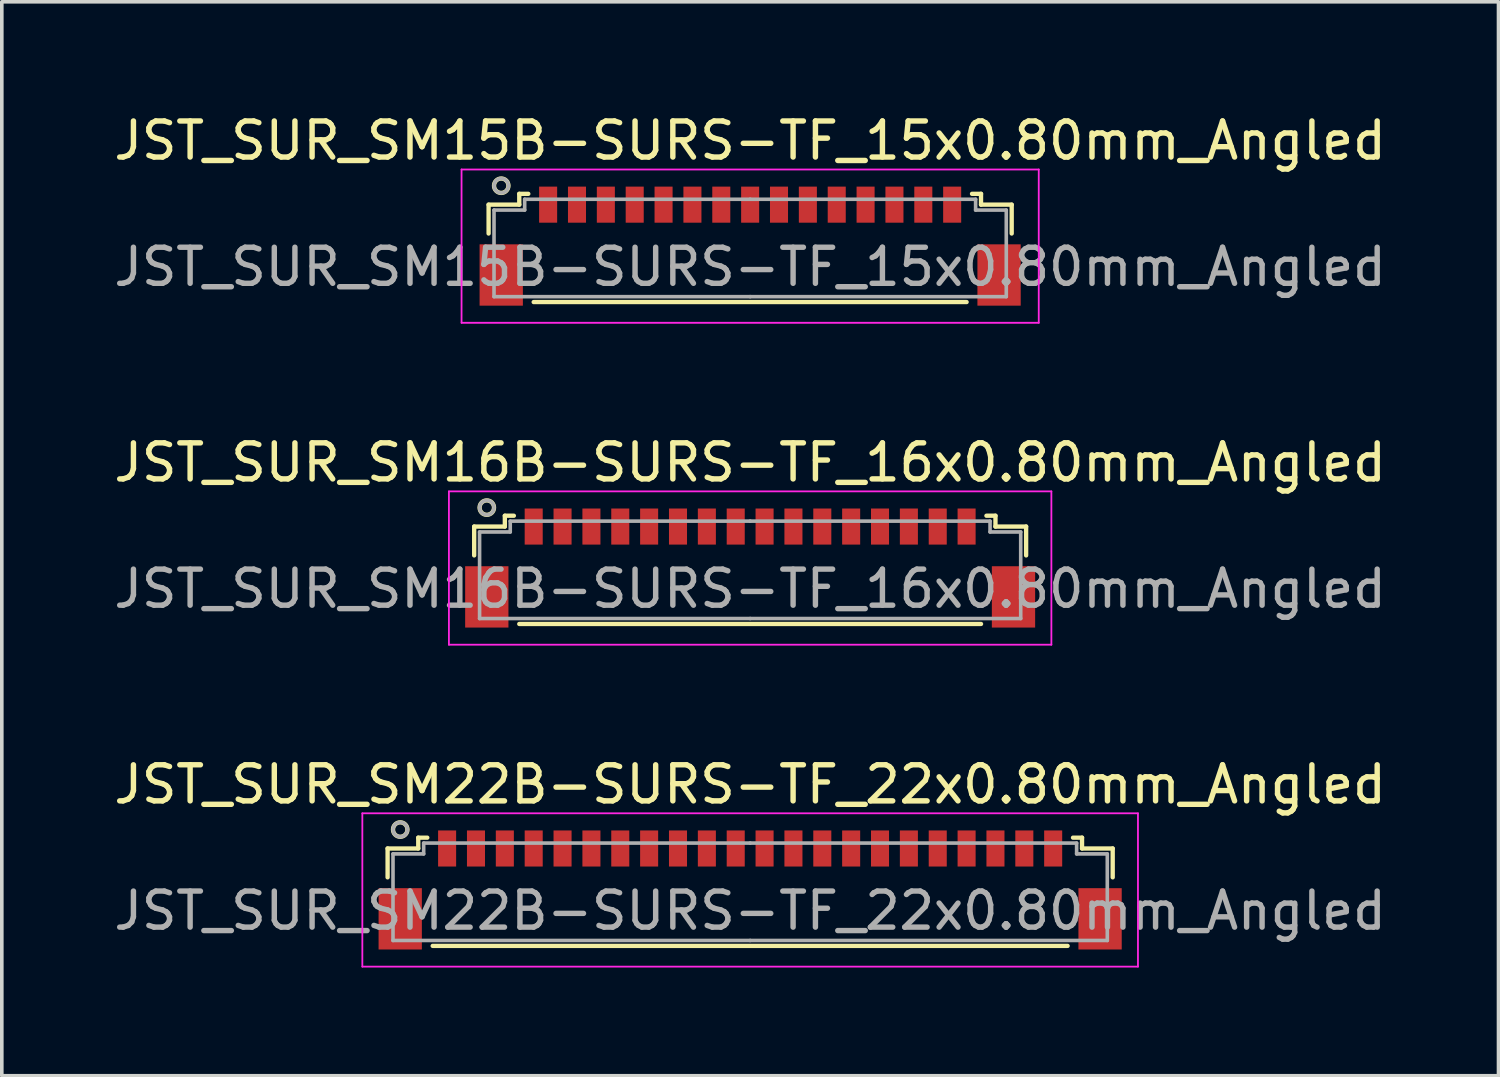
<source format=kicad_pcb>
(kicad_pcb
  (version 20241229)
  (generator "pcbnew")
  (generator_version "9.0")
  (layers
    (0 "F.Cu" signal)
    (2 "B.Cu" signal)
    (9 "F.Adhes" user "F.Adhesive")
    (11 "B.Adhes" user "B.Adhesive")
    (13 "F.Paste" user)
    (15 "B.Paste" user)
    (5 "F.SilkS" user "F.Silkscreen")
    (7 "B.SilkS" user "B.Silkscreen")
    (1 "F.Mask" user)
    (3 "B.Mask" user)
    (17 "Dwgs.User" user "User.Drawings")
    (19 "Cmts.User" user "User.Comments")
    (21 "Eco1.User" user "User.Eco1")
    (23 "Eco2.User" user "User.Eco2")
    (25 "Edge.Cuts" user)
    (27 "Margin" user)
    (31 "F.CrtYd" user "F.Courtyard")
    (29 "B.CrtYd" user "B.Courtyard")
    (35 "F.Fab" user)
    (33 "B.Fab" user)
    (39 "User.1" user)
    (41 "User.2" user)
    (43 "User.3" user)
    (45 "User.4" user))
  (footprint "JST_SUR_SM16B-SURS-TF_16x0.80mm_Angled"
    (layer "F.Cu")
    (at 17.744 12.521)
    (property "Reference" "JST_SUR_SM16B-SURS-TF_16x0.80mm_Angled" (at 0 -2.75 0) (layer "F.SilkS") (effects (font (size 1 1) (thickness 0.15))))
    (attr smd)
    (fp_line (start -7.65 -0.975) (end -7.65 -0.175) (stroke (width 0.12) (type solid)) (layer "F.SilkS"))
    (fp_line (start -6.8 -1.275) (end -6.8 -0.975) (stroke (width 0.12) (type solid)) (layer "F.SilkS"))
    (fp_line (start -6.8 -0.975) (end -7.65 -0.975) (stroke (width 0.12) (type solid)) (layer "F.SilkS"))
    (fp_line (start -6.55 -1.275) (end -6.8 -1.275) (stroke (width 0.12) (type solid)) (layer "F.SilkS"))
    (fp_line (start -6.4 1.725) (end 6.4 1.725) (stroke (width 0.12) (type solid)) (layer "F.SilkS"))
    (fp_line (start 6.55 -1.275) (end 6.8 -1.275) (stroke (width 0.12) (type solid)) (layer "F.SilkS"))
    (fp_line (start 6.8 -1.275) (end 6.8 -0.975) (stroke (width 0.12) (type solid)) (layer "F.SilkS"))
    (fp_line (start 6.8 -0.975) (end 7.65 -0.975) (stroke (width 0.12) (type solid)) (layer "F.SilkS"))
    (fp_line (start 7.65 -0.975) (end 7.65 -0.175) (stroke (width 0.12) (type solid)) (layer "F.SilkS"))
    (fp_circle (center -7.3 -1.5) (end -7.1 -1.5) (stroke (width 0.12) (type solid)) (fill no) (layer "F.SilkS"))
    (fp_line (start -8.35 -1.95) (end 8.35 -1.95) (stroke (width 0.05) (type solid)) (layer "F.CrtYd"))
    (fp_line (start -8.35 2.3) (end -8.35 -1.95) (stroke (width 0.05) (type solid)) (layer "F.CrtYd"))
    (fp_line (start 8.35 -1.95) (end 8.35 2.3) (stroke (width 0.05) (type solid)) (layer "F.CrtYd"))
    (fp_line (start 8.35 2.3) (end -8.35 2.3) (stroke (width 0.05) (type solid)) (layer "F.CrtYd"))
    (fp_line (start -7.5 -0.825) (end -7.5 1.575) (stroke (width 0.1) (type solid)) (layer "F.Fab"))
    (fp_line (start -7.5 1.575) (end 0 1.575) (stroke (width 0.1) (type solid)) (layer "F.Fab"))
    (fp_line (start -6.65 -1.125) (end -6.65 -0.825) (stroke (width 0.1) (type solid)) (layer "F.Fab"))
    (fp_line (start -6.65 -0.825) (end -7.5 -0.825) (stroke (width 0.1) (type solid)) (layer "F.Fab"))
    (fp_line (start 0 -1.125) (end -6.65 -1.125) (stroke (width 0.1) (type solid)) (layer "F.Fab"))
    (fp_line (start 0 -1.125) (end 6.65 -1.125) (stroke (width 0.1) (type solid)) (layer "F.Fab"))
    (fp_line (start 6.65 -1.125) (end 6.65 -0.825) (stroke (width 0.1) (type solid)) (layer "F.Fab"))
    (fp_line (start 6.65 -0.825) (end 7.5 -0.825) (stroke (width 0.1) (type solid)) (layer "F.Fab"))
    (fp_line (start 7.5 -0.825) (end 7.5 1.575) (stroke (width 0.1) (type solid)) (layer "F.Fab"))
    (fp_line (start 7.5 1.575) (end 0 1.575) (stroke (width 0.1) (type solid)) (layer "F.Fab"))
    (fp_circle (center -7.3 -1.5) (end -7.1 -1.5) (stroke (width 0.1) (type solid)) (fill no) (layer "F.Fab"))
    (fp_text user "${REFERENCE}" (at 0 0.75 0) (layer "F.Fab") (effects (font (size 1 1) (thickness 0.15))))
    (pad "" smd rect (at -7.3 0.975) (size 1.2 1.7) (layers "F.Cu" "F.Mask" "F.Paste"))
    (pad "" smd rect (at 7.3 0.975) (size 1.2 1.7) (layers "F.Cu" "F.Mask" "F.Paste"))
    (pad "1" smd rect (at -6 -0.975) (size 0.5 1) (layers "F.Cu" "F.Mask" "F.Paste"))
    (pad "2" smd rect (at -5.2 -0.975) (size 0.5 1) (layers "F.Cu" "F.Mask" "F.Paste"))
    (pad "3" smd rect (at -4.4 -0.975) (size 0.5 1) (layers "F.Cu" "F.Mask" "F.Paste"))
    (pad "4" smd rect (at -3.6 -0.975) (size 0.5 1) (layers "F.Cu" "F.Mask" "F.Paste"))
    (pad "5" smd rect (at -2.8 -0.975) (size 0.5 1) (layers "F.Cu" "F.Mask" "F.Paste"))
    (pad "6" smd rect (at -2 -0.975) (size 0.5 1) (layers "F.Cu" "F.Mask" "F.Paste"))
    (pad "7" smd rect (at -1.2 -0.975) (size 0.5 1) (layers "F.Cu" "F.Mask" "F.Paste"))
    (pad "8" smd rect (at -0.4 -0.975) (size 0.5 1) (layers "F.Cu" "F.Mask" "F.Paste"))
    (pad "9" smd rect (at 0.4 -0.975) (size 0.5 1) (layers "F.Cu" "F.Mask" "F.Paste"))
    (pad "10" smd rect (at 1.2 -0.975) (size 0.5 1) (layers "F.Cu" "F.Mask" "F.Paste"))
    (pad "11" smd rect (at 2 -0.975) (size 0.5 1) (layers "F.Cu" "F.Mask" "F.Paste"))
    (pad "12" smd rect (at 2.8 -0.975) (size 0.5 1) (layers "F.Cu" "F.Mask" "F.Paste"))
    (pad "13" smd rect (at 3.6 -0.975) (size 0.5 1) (layers "F.Cu" "F.Mask" "F.Paste"))
    (pad "14" smd rect (at 4.4 -0.975) (size 0.5 1) (layers "F.Cu" "F.Mask" "F.Paste"))
    (pad "15" smd rect (at 5.2 -0.975) (size 0.5 1) (layers "F.Cu" "F.Mask" "F.Paste"))
    (pad "16" smd rect (at 6 -0.975) (size 0.5 1) (layers "F.Cu" "F.Mask" "F.Paste")))
  (footprint "JST_SUR_SM22B-SURS-TF_22x0.80mm_Angled"
    (layer "F.Cu")
    (at 17.744 21.445)
    (property "Reference" "JST_SUR_SM22B-SURS-TF_22x0.80mm_Angled" (at 0 -2.75 0) (layer "F.SilkS") (effects (font (size 1 1) (thickness 0.15))))
    (attr smd)
    (fp_line (start -10.05 -0.975) (end -10.05 -0.175) (stroke (width 0.12) (type solid)) (layer "F.SilkS"))
    (fp_line (start -9.2 -1.275) (end -9.2 -0.975) (stroke (width 0.12) (type solid)) (layer "F.SilkS"))
    (fp_line (start -9.2 -0.975) (end -10.05 -0.975) (stroke (width 0.12) (type solid)) (layer "F.SilkS"))
    (fp_line (start -8.95 -1.275) (end -9.2 -1.275) (stroke (width 0.12) (type solid)) (layer "F.SilkS"))
    (fp_line (start -8.8 1.725) (end 8.8 1.725) (stroke (width 0.12) (type solid)) (layer "F.SilkS"))
    (fp_line (start 8.95 -1.275) (end 9.2 -1.275) (stroke (width 0.12) (type solid)) (layer "F.SilkS"))
    (fp_line (start 9.2 -1.275) (end 9.2 -0.975) (stroke (width 0.12) (type solid)) (layer "F.SilkS"))
    (fp_line (start 9.2 -0.975) (end 10.05 -0.975) (stroke (width 0.12) (type solid)) (layer "F.SilkS"))
    (fp_line (start 10.05 -0.975) (end 10.05 -0.175) (stroke (width 0.12) (type solid)) (layer "F.SilkS"))
    (fp_circle (center -9.7 -1.5) (end -9.5 -1.5) (stroke (width 0.12) (type solid)) (fill no) (layer "F.SilkS"))
    (fp_line (start -10.75 -1.95) (end 10.75 -1.95) (stroke (width 0.05) (type solid)) (layer "F.CrtYd"))
    (fp_line (start -10.75 2.3) (end -10.75 -1.95) (stroke (width 0.05) (type solid)) (layer "F.CrtYd"))
    (fp_line (start 10.75 -1.95) (end 10.75 2.3) (stroke (width 0.05) (type solid)) (layer "F.CrtYd"))
    (fp_line (start 10.75 2.3) (end -10.75 2.3) (stroke (width 0.05) (type solid)) (layer "F.CrtYd"))
    (fp_line (start -9.9 -0.825) (end -9.9 1.575) (stroke (width 0.1) (type solid)) (layer "F.Fab"))
    (fp_line (start -9.9 1.575) (end 0 1.575) (stroke (width 0.1) (type solid)) (layer "F.Fab"))
    (fp_line (start -9.05 -1.125) (end -9.05 -0.825) (stroke (width 0.1) (type solid)) (layer "F.Fab"))
    (fp_line (start -9.05 -0.825) (end -9.9 -0.825) (stroke (width 0.1) (type solid)) (layer "F.Fab"))
    (fp_line (start 0 -1.125) (end -9.05 -1.125) (stroke (width 0.1) (type solid)) (layer "F.Fab"))
    (fp_line (start 0 -1.125) (end 9.05 -1.125) (stroke (width 0.1) (type solid)) (layer "F.Fab"))
    (fp_line (start 9.05 -1.125) (end 9.05 -0.825) (stroke (width 0.1) (type solid)) (layer "F.Fab"))
    (fp_line (start 9.05 -0.825) (end 9.9 -0.825) (stroke (width 0.1) (type solid)) (layer "F.Fab"))
    (fp_line (start 9.9 -0.825) (end 9.9 1.575) (stroke (width 0.1) (type solid)) (layer "F.Fab"))
    (fp_line (start 9.9 1.575) (end 0 1.575) (stroke (width 0.1) (type solid)) (layer "F.Fab"))
    (fp_circle (center -9.7 -1.5) (end -9.5 -1.5) (stroke (width 0.1) (type solid)) (fill no) (layer "F.Fab"))
    (fp_text user "${REFERENCE}" (at 0 0.75 0) (layer "F.Fab") (effects (font (size 1 1) (thickness 0.15))))
    (pad "" smd rect (at -9.7 0.975) (size 1.2 1.7) (layers "F.Cu" "F.Mask" "F.Paste"))
    (pad "" smd rect (at 9.7 0.975) (size 1.2 1.7) (layers "F.Cu" "F.Mask" "F.Paste"))
    (pad "1" smd rect (at -8.4 -0.975) (size 0.5 1) (layers "F.Cu" "F.Mask" "F.Paste"))
    (pad "2" smd rect (at -7.6 -0.975) (size 0.5 1) (layers "F.Cu" "F.Mask" "F.Paste"))
    (pad "3" smd rect (at -6.8 -0.975) (size 0.5 1) (layers "F.Cu" "F.Mask" "F.Paste"))
    (pad "4" smd rect (at -6 -0.975) (size 0.5 1) (layers "F.Cu" "F.Mask" "F.Paste"))
    (pad "5" smd rect (at -5.2 -0.975) (size 0.5 1) (layers "F.Cu" "F.Mask" "F.Paste"))
    (pad "6" smd rect (at -4.4 -0.975) (size 0.5 1) (layers "F.Cu" "F.Mask" "F.Paste"))
    (pad "7" smd rect (at -3.6 -0.975) (size 0.5 1) (layers "F.Cu" "F.Mask" "F.Paste"))
    (pad "8" smd rect (at -2.8 -0.975) (size 0.5 1) (layers "F.Cu" "F.Mask" "F.Paste"))
    (pad "9" smd rect (at -2 -0.975) (size 0.5 1) (layers "F.Cu" "F.Mask" "F.Paste"))
    (pad "10" smd rect (at -1.2 -0.975) (size 0.5 1) (layers "F.Cu" "F.Mask" "F.Paste"))
    (pad "11" smd rect (at -0.4 -0.975) (size 0.5 1) (layers "F.Cu" "F.Mask" "F.Paste"))
    (pad "12" smd rect (at 0.4 -0.975) (size 0.5 1) (layers "F.Cu" "F.Mask" "F.Paste"))
    (pad "13" smd rect (at 1.2 -0.975) (size 0.5 1) (layers "F.Cu" "F.Mask" "F.Paste"))
    (pad "14" smd rect (at 2 -0.975) (size 0.5 1) (layers "F.Cu" "F.Mask" "F.Paste"))
    (pad "15" smd rect (at 2.8 -0.975) (size 0.5 1) (layers "F.Cu" "F.Mask" "F.Paste"))
    (pad "16" smd rect (at 3.6 -0.975) (size 0.5 1) (layers "F.Cu" "F.Mask" "F.Paste"))
    (pad "17" smd rect (at 4.4 -0.975) (size 0.5 1) (layers "F.Cu" "F.Mask" "F.Paste"))
    (pad "18" smd rect (at 5.2 -0.975) (size 0.5 1) (layers "F.Cu" "F.Mask" "F.Paste"))
    (pad "19" smd rect (at 6 -0.975) (size 0.5 1) (layers "F.Cu" "F.Mask" "F.Paste"))
    (pad "20" smd rect (at 6.8 -0.975) (size 0.5 1) (layers "F.Cu" "F.Mask" "F.Paste"))
    (pad "21" smd rect (at 7.6 -0.975) (size 0.5 1) (layers "F.Cu" "F.Mask" "F.Paste"))
    (pad "22" smd rect (at 8.4 -0.975) (size 0.5 1) (layers "F.Cu" "F.Mask" "F.Paste")))
  (footprint "JST_SUR_SM15B-SURS-TF_15x0.80mm_Angled"
    (layer "F.Cu")
    (at 17.744 3.598)
    (property "Reference" "JST_SUR_SM15B-SURS-TF_15x0.80mm_Angled" (at 0 -2.75 0) (layer "F.SilkS") (effects (font (size 1 1) (thickness 0.15))))
    (attr smd)
    (fp_line (start -7.25 -0.975) (end -7.25 -0.175) (stroke (width 0.12) (type solid)) (layer "F.SilkS"))
    (fp_line (start -6.4 -1.275) (end -6.4 -0.975) (stroke (width 0.12) (type solid)) (layer "F.SilkS"))
    (fp_line (start -6.4 -0.975) (end -7.25 -0.975) (stroke (width 0.12) (type solid)) (layer "F.SilkS"))
    (fp_line (start -6.15 -1.275) (end -6.4 -1.275) (stroke (width 0.12) (type solid)) (layer "F.SilkS"))
    (fp_line (start -6 1.725) (end 6 1.725) (stroke (width 0.12) (type solid)) (layer "F.SilkS"))
    (fp_line (start 6.15 -1.275) (end 6.4 -1.275) (stroke (width 0.12) (type solid)) (layer "F.SilkS"))
    (fp_line (start 6.4 -1.275) (end 6.4 -0.975) (stroke (width 0.12) (type solid)) (layer "F.SilkS"))
    (fp_line (start 6.4 -0.975) (end 7.25 -0.975) (stroke (width 0.12) (type solid)) (layer "F.SilkS"))
    (fp_line (start 7.25 -0.975) (end 7.25 -0.175) (stroke (width 0.12) (type solid)) (layer "F.SilkS"))
    (fp_circle (center -6.9 -1.5) (end -6.7 -1.5) (stroke (width 0.12) (type solid)) (fill no) (layer "F.SilkS"))
    (fp_line (start -8 -1.95) (end 8 -1.95) (stroke (width 0.05) (type solid)) (layer "F.CrtYd"))
    (fp_line (start -8 2.3) (end -8 -1.95) (stroke (width 0.05) (type solid)) (layer "F.CrtYd"))
    (fp_line (start 8 -1.95) (end 8 2.3) (stroke (width 0.05) (type solid)) (layer "F.CrtYd"))
    (fp_line (start 8 2.3) (end -8 2.3) (stroke (width 0.05) (type solid)) (layer "F.CrtYd"))
    (fp_line (start -7.1 -0.825) (end -7.1 1.575) (stroke (width 0.1) (type solid)) (layer "F.Fab"))
    (fp_line (start -7.1 1.575) (end 0 1.575) (stroke (width 0.1) (type solid)) (layer "F.Fab"))
    (fp_line (start -6.25 -1.125) (end -6.25 -0.825) (stroke (width 0.1) (type solid)) (layer "F.Fab"))
    (fp_line (start -6.25 -0.825) (end -7.1 -0.825) (stroke (width 0.1) (type solid)) (layer "F.Fab"))
    (fp_line (start 0 -1.125) (end -6.25 -1.125) (stroke (width 0.1) (type solid)) (layer "F.Fab"))
    (fp_line (start 0 -1.125) (end 6.25 -1.125) (stroke (width 0.1) (type solid)) (layer "F.Fab"))
    (fp_line (start 6.25 -1.125) (end 6.25 -0.825) (stroke (width 0.1) (type solid)) (layer "F.Fab"))
    (fp_line (start 6.25 -0.825) (end 7.1 -0.825) (stroke (width 0.1) (type solid)) (layer "F.Fab"))
    (fp_line (start 7.1 -0.825) (end 7.1 1.575) (stroke (width 0.1) (type solid)) (layer "F.Fab"))
    (fp_line (start 7.1 1.575) (end 0 1.575) (stroke (width 0.1) (type solid)) (layer "F.Fab"))
    (fp_circle (center -6.9 -1.5) (end -6.7 -1.5) (stroke (width 0.1) (type solid)) (fill no) (layer "F.Fab"))
    (fp_text user "${REFERENCE}" (at 0 0.75 0) (layer "F.Fab") (effects (font (size 1 1) (thickness 0.15))))
    (pad "" smd rect (at -6.9 0.975) (size 1.2 1.7) (layers "F.Cu" "F.Mask" "F.Paste"))
    (pad "" smd rect (at 6.9 0.975) (size 1.2 1.7) (layers "F.Cu" "F.Mask" "F.Paste"))
    (pad "1" smd rect (at -5.6 -0.975) (size 0.5 1) (layers "F.Cu" "F.Mask" "F.Paste"))
    (pad "2" smd rect (at -4.8 -0.975) (size 0.5 1) (layers "F.Cu" "F.Mask" "F.Paste"))
    (pad "3" smd rect (at -4 -0.975) (size 0.5 1) (layers "F.Cu" "F.Mask" "F.Paste"))
    (pad "4" smd rect (at -3.2 -0.975) (size 0.5 1) (layers "F.Cu" "F.Mask" "F.Paste"))
    (pad "5" smd rect (at -2.4 -0.975) (size 0.5 1) (layers "F.Cu" "F.Mask" "F.Paste"))
    (pad "6" smd rect (at -1.6 -0.975) (size 0.5 1) (layers "F.Cu" "F.Mask" "F.Paste"))
    (pad "7" smd rect (at -0.8 -0.975) (size 0.5 1) (layers "F.Cu" "F.Mask" "F.Paste"))
    (pad "8" smd rect (at 0 -0.975) (size 0.5 1) (layers "F.Cu" "F.Mask" "F.Paste"))
    (pad "9" smd rect (at 0.8 -0.975) (size 0.5 1) (layers "F.Cu" "F.Mask" "F.Paste"))
    (pad "10" smd rect (at 1.6 -0.975) (size 0.5 1) (layers "F.Cu" "F.Mask" "F.Paste"))
    (pad "11" smd rect (at 2.4 -0.975) (size 0.5 1) (layers "F.Cu" "F.Mask" "F.Paste"))
    (pad "12" smd rect (at 3.2 -0.975) (size 0.5 1) (layers "F.Cu" "F.Mask" "F.Paste"))
    (pad "13" smd rect (at 4 -0.975) (size 0.5 1) (layers "F.Cu" "F.Mask" "F.Paste"))
    (pad "14" smd rect (at 4.8 -0.975) (size 0.5 1) (layers "F.Cu" "F.Mask" "F.Paste"))
    (pad "15" smd rect (at 5.6 -0.975) (size 0.5 1) (layers "F.Cu" "F.Mask" "F.Paste")))
  (gr_rect
    (start -3 -3)
    (end 38.488 26.77)
    (stroke (width 0.1) (type default))
    (fill no)
    (layer "Edge.Cuts")))
</source>
